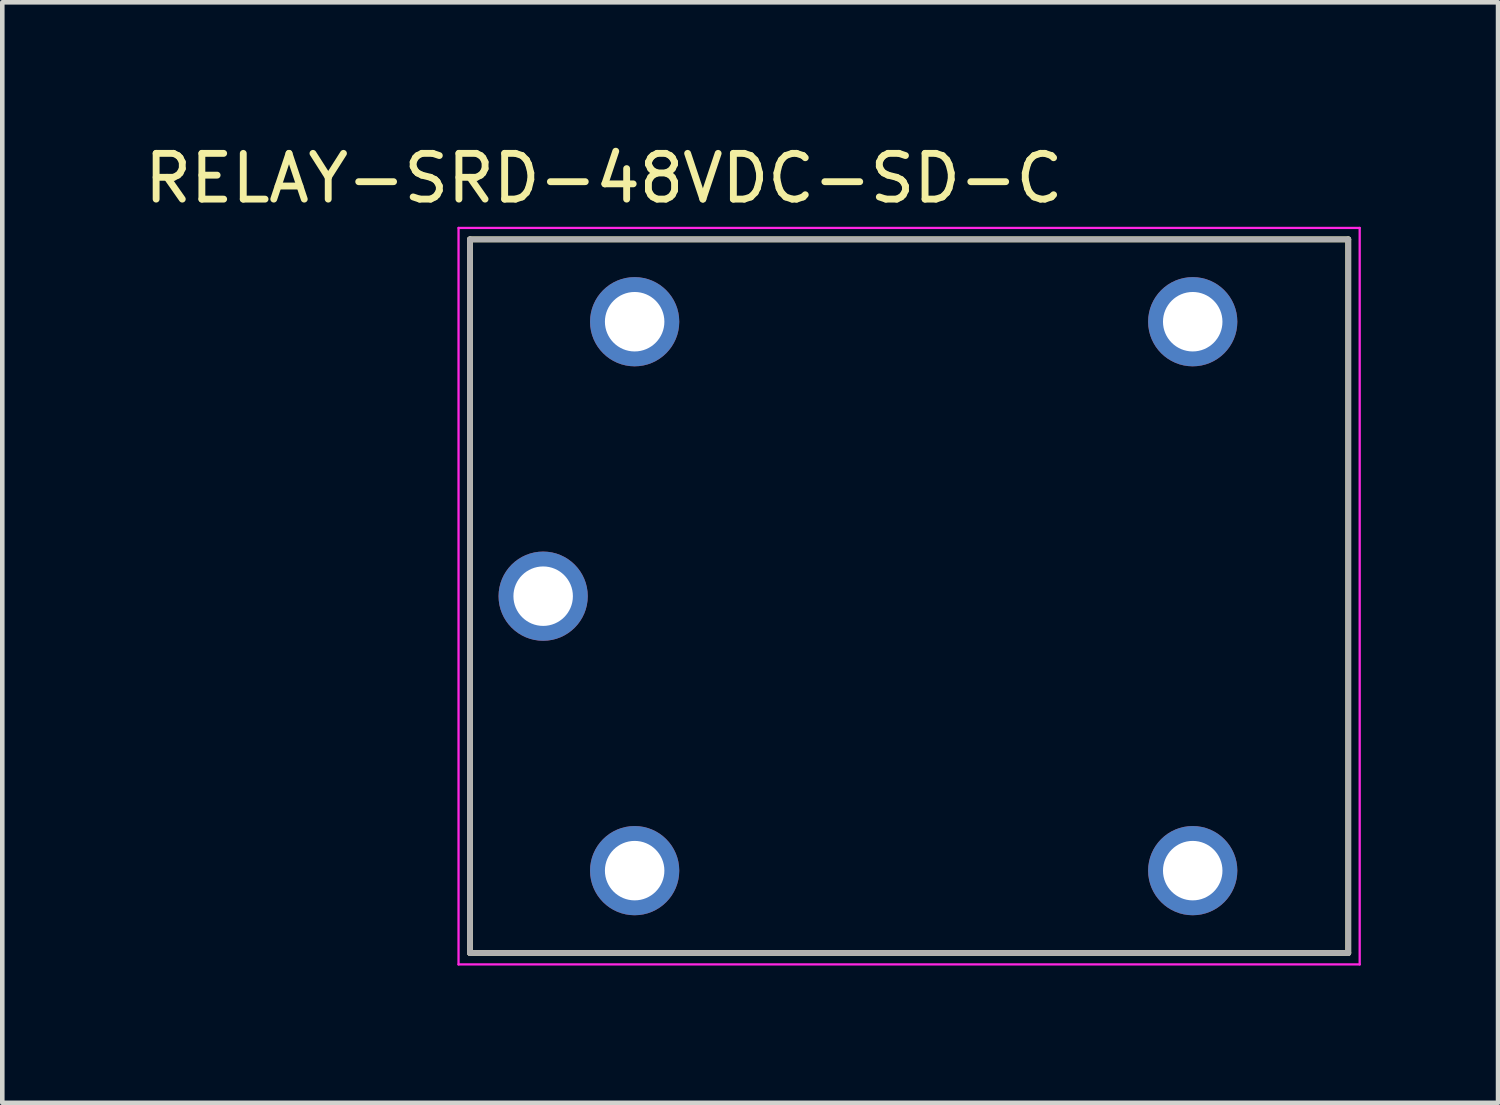
<source format=kicad_pcb>
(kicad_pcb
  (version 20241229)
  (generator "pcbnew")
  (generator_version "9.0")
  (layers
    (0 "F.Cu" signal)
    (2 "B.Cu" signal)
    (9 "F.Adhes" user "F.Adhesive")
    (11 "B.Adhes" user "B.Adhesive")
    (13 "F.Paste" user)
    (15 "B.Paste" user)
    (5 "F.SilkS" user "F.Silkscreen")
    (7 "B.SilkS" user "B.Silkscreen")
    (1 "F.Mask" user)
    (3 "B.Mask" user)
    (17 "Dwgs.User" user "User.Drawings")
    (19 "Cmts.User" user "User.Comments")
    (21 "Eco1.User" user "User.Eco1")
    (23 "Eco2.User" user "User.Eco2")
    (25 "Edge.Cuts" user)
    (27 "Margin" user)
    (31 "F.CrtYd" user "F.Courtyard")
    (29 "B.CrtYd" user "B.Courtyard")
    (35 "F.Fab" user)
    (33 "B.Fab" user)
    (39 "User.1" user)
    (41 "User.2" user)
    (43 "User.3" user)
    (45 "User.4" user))
  (footprint "RELAY-SRD-48VDC-SD-C"
    (layer "F.Cu")
    (at 16.824 9.983)
    (property "Reference" "RELAY-SRD-48VDC-SD-C" (at -6.675 -9.135 0) (layer "F.SilkS") (effects (font (size 1 1) (thickness 0.15))))
    (attr through_hole)
    (fp_line (start -9.6 -7.8) (end 9.6 -7.8) (stroke (width 0.127) (type solid)) (layer "F.SilkS"))
    (fp_line (start -9.6 7.8) (end -9.6 -7.8) (stroke (width 0.127) (type solid)) (layer "F.SilkS"))
    (fp_line (start 9.6 -7.8) (end 9.6 7.8) (stroke (width 0.127) (type solid)) (layer "F.SilkS"))
    (fp_line (start 9.6 7.8) (end -9.6 7.8) (stroke (width 0.127) (type solid)) (layer "F.SilkS"))
    (fp_line (start -9.85 -8.05) (end 9.85 -8.05) (stroke (width 0.05) (type solid)) (layer "F.CrtYd"))
    (fp_line (start -9.85 8.05) (end -9.85 -8.05) (stroke (width 0.05) (type solid)) (layer "F.CrtYd"))
    (fp_line (start 9.85 -8.05) (end 9.85 8.05) (stroke (width 0.05) (type solid)) (layer "F.CrtYd"))
    (fp_line (start 9.85 8.05) (end -9.85 8.05) (stroke (width 0.05) (type solid)) (layer "F.CrtYd"))
    (fp_line (start -9.6 -7.8) (end 9.6 -7.8) (stroke (width 0.127) (type solid)) (layer "F.Fab"))
    (fp_line (start -9.6 7.8) (end -9.6 -7.8) (stroke (width 0.127) (type solid)) (layer "F.Fab"))
    (fp_line (start 9.6 -7.8) (end 9.6 7.8) (stroke (width 0.127) (type solid)) (layer "F.Fab"))
    (fp_line (start 9.6 7.8) (end -9.6 7.8) (stroke (width 0.127) (type solid)) (layer "F.Fab"))
    (pad "COIL1" thru_hole circle (at -6 -6) (size 1.95 1.95) (drill 1.3) (layers "*.Cu" "*.Mask"))
    (pad "COIL2" thru_hole circle (at -6 6) (size 1.95 1.95) (drill 1.3) (layers "*.Cu" "*.Mask"))
    (pad "COM" thru_hole circle (at -8 0) (size 1.95 1.95) (drill 1.3) (layers "*.Cu" "*.Mask"))
    (pad "NC" thru_hole circle (at 6.2 -6) (size 1.95 1.95) (drill 1.3) (layers "*.Cu" "*.Mask"))
    (pad "NO" thru_hole circle (at 6.2 6) (size 1.95 1.95) (drill 1.3) (layers "*.Cu" "*.Mask")))
  (gr_rect
    (start -3 -3)
    (end 29.699 21.058)
    (stroke (width 0.1) (type default))
    (fill no)
    (layer "Edge.Cuts")))
</source>
